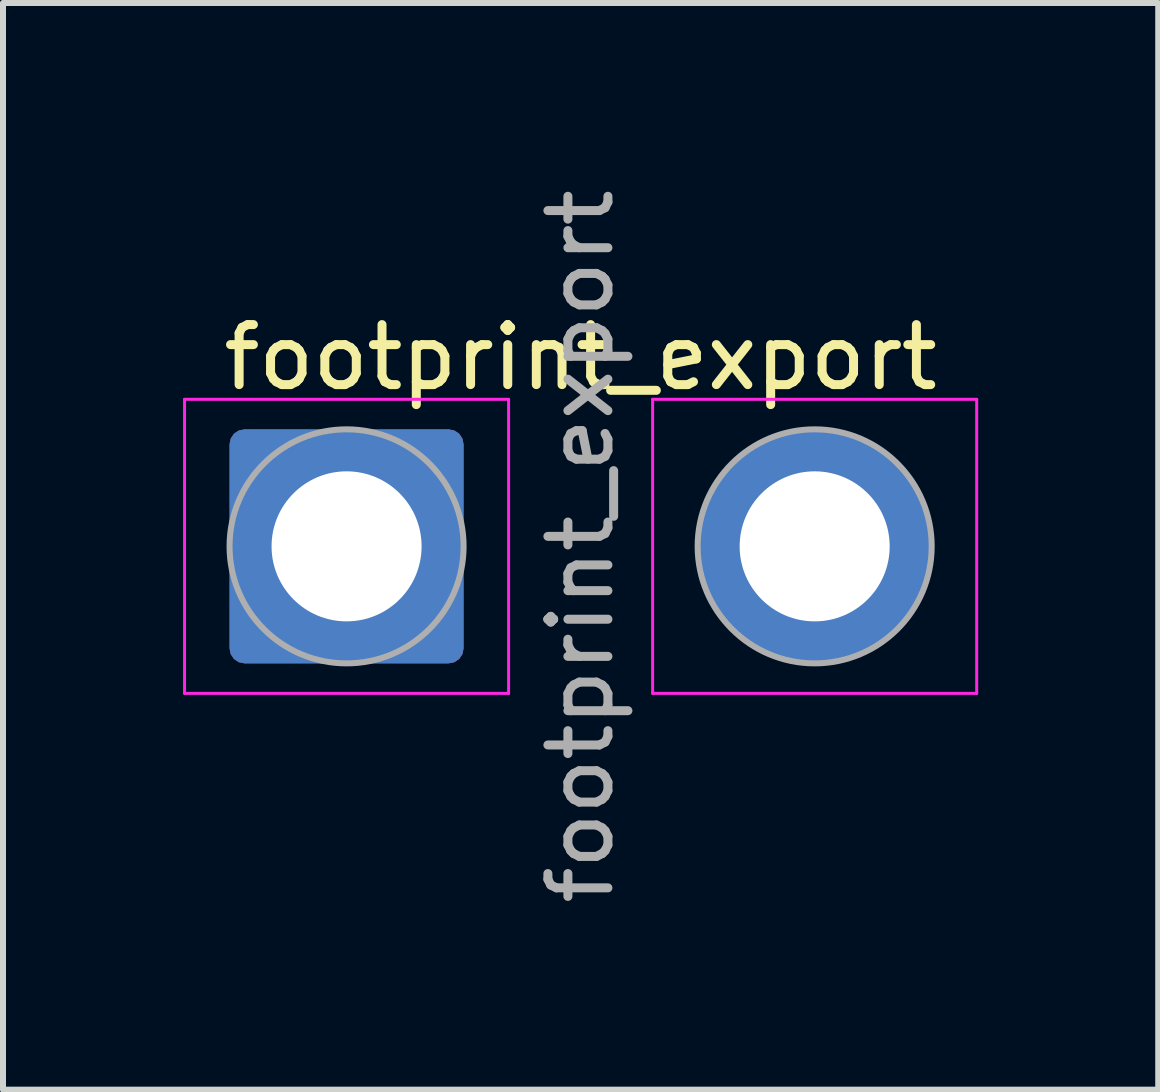
<source format=kicad_pcb>
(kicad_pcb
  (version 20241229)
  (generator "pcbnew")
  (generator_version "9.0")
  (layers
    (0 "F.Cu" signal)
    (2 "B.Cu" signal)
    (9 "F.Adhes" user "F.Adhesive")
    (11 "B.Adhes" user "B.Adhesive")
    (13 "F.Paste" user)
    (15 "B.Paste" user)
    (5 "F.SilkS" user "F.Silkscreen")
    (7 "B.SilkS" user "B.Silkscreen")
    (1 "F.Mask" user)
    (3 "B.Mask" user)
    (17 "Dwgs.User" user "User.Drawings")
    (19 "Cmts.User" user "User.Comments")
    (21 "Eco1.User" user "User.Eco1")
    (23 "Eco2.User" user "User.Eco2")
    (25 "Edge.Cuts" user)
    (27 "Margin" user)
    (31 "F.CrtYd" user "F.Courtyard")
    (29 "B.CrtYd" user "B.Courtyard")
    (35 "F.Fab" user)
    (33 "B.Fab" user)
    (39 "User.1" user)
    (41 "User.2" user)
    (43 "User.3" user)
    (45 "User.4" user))
  (footprint "footprint_export"
    (layer "F.Cu")
    (at 2.725 6.054)
    (property "Reference" "footprint_export" (at 3.9 -3.15 0) (layer "F.SilkS") (effects (font (size 1 1) (thickness 0.15))))
    (attr exclude_from_pos_files exclude_from_bom)
    (fp_line (start -2.7 -2.45) (end -2.7 2.45) (stroke (width 0.05) (type solid)) (layer "F.CrtYd"))
    (fp_line (start -2.7 2.45) (end 2.7 2.45) (stroke (width 0.05) (type solid)) (layer "F.CrtYd"))
    (fp_line (start 2.7 -2.45) (end -2.7 -2.45) (stroke (width 0.05) (type solid)) (layer "F.CrtYd"))
    (fp_line (start 2.7 2.45) (end 2.7 -2.45) (stroke (width 0.05) (type solid)) (layer "F.CrtYd"))
    (fp_line (start 5.1 -2.45) (end 5.1 2.45) (stroke (width 0.05) (type solid)) (layer "F.CrtYd"))
    (fp_line (start 5.1 2.45) (end 10.5 2.45) (stroke (width 0.05) (type solid)) (layer "F.CrtYd"))
    (fp_line (start 10.5 -2.45) (end 5.1 -2.45) (stroke (width 0.05) (type solid)) (layer "F.CrtYd"))
    (fp_line (start 10.5 2.45) (end 10.5 -2.45) (stroke (width 0.05) (type solid)) (layer "F.CrtYd"))
    (fp_circle (center 0 0) (end 1.95 0) (stroke (width 0.1) (type solid)) (fill no) (layer "F.Fab"))
    (fp_circle (center 7.8 0) (end 9.75 0) (stroke (width 0.1) (type solid)) (fill no) (layer "F.Fab"))
    (fp_text user "${REFERENCE}" (at 3.9 0 90) (layer "F.Fab") (effects (font (size 1 1) (thickness 0.15))))
    (pad "1" thru_hole roundrect (at 0 0) (size 3.9 3.9) (drill 2.5) (layers "*.Cu" "*.Mask") (roundrect_rratio 0.064))
    (pad "2" thru_hole circle (at 7.8 0) (size 3.9 3.9) (drill 2.5) (layers "*.Cu" "*.Mask")))
  (gr_rect
    (start -3 -3)
    (end 16.25 15.107)
    (stroke (width 0.1) (type default))
    (fill no)
    (layer "Edge.Cuts")))
</source>
